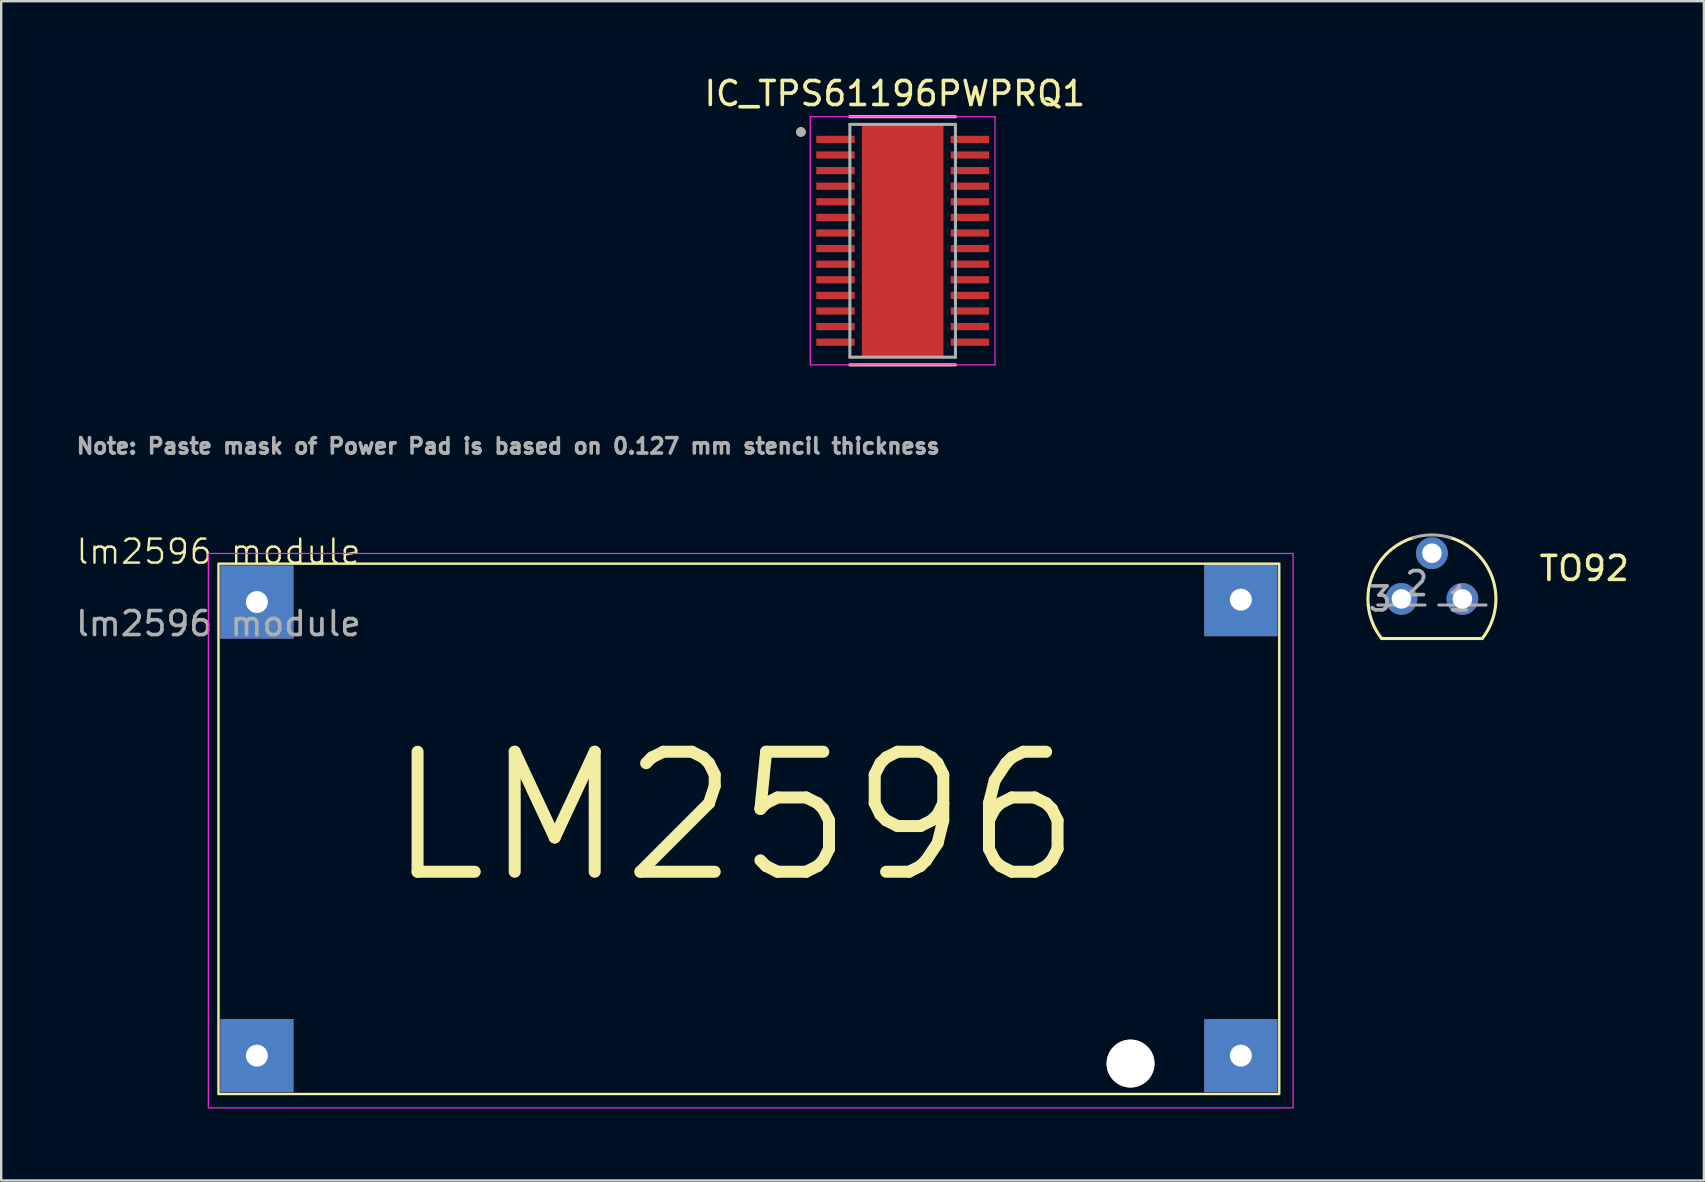
<source format=kicad_pcb>
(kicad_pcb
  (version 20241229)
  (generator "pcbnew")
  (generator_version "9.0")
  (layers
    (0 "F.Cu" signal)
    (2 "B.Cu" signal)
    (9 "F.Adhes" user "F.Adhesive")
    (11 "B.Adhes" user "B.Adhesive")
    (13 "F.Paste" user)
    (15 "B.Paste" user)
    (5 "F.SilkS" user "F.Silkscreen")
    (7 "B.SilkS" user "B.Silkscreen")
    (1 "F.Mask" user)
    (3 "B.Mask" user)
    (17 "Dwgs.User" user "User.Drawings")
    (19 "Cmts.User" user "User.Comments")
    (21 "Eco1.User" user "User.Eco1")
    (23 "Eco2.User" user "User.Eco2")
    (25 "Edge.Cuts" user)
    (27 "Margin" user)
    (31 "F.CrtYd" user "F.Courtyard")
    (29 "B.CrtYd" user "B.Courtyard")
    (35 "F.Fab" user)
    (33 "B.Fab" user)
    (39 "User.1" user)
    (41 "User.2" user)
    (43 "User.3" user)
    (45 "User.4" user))
  (footprint "IC_TPS61196PWPRQ1"
    (layer "F.Cu")
    (at 34.562 6.983)
    (property "Reference" "IC_TPS61196PWPRQ1" (at -0.325 -6.135 0) (layer "F.SilkS") (effects (font (size 1 1) (thickness 0.15))))
    (attr smd)
    (fp_poly (pts (xy -3.67 -4.445) (xy -1.93 -4.445) (xy -1.93 -4.005) (xy -3.67 -4.005)) (stroke (width 0.01) (type solid)) (fill yes) (layer "F.Mask"))
    (fp_poly (pts (xy -3.67 -3.795) (xy -1.93 -3.795) (xy -1.93 -3.355) (xy -3.67 -3.355)) (stroke (width 0.01) (type solid)) (fill yes) (layer "F.Mask"))
    (fp_poly (pts (xy -3.67 -3.145) (xy -1.93 -3.145) (xy -1.93 -2.705) (xy -3.67 -2.705)) (stroke (width 0.01) (type solid)) (fill yes) (layer "F.Mask"))
    (fp_poly (pts (xy -3.67 -2.495) (xy -1.93 -2.495) (xy -1.93 -2.055) (xy -3.67 -2.055)) (stroke (width 0.01) (type solid)) (fill yes) (layer "F.Mask"))
    (fp_poly (pts (xy -3.67 -1.845) (xy -1.93 -1.845) (xy -1.93 -1.405) (xy -3.67 -1.405)) (stroke (width 0.01) (type solid)) (fill yes) (layer "F.Mask"))
    (fp_poly (pts (xy -3.67 -1.195) (xy -1.93 -1.195) (xy -1.93 -0.755) (xy -3.67 -0.755)) (stroke (width 0.01) (type solid)) (fill yes) (layer "F.Mask"))
    (fp_poly (pts (xy -3.67 -0.545) (xy -1.93 -0.545) (xy -1.93 -0.105) (xy -3.67 -0.105)) (stroke (width 0.01) (type solid)) (fill yes) (layer "F.Mask"))
    (fp_poly (pts (xy -3.67 0.105) (xy -1.93 0.105) (xy -1.93 0.545) (xy -3.67 0.545)) (stroke (width 0.01) (type solid)) (fill yes) (layer "F.Mask"))
    (fp_poly (pts (xy -3.67 0.755) (xy -1.93 0.755) (xy -1.93 1.195) (xy -3.67 1.195)) (stroke (width 0.01) (type solid)) (fill yes) (layer "F.Mask"))
    (fp_poly (pts (xy -3.67 1.405) (xy -1.93 1.405) (xy -1.93 1.845) (xy -3.67 1.845)) (stroke (width 0.01) (type solid)) (fill yes) (layer "F.Mask"))
    (fp_poly (pts (xy -3.67 2.055) (xy -1.93 2.055) (xy -1.93 2.495) (xy -3.67 2.495)) (stroke (width 0.01) (type solid)) (fill yes) (layer "F.Mask"))
    (fp_poly (pts (xy -3.67 2.705) (xy -1.93 2.705) (xy -1.93 3.145) (xy -3.67 3.145)) (stroke (width 0.01) (type solid)) (fill yes) (layer "F.Mask"))
    (fp_poly (pts (xy -3.67 3.355) (xy -1.93 3.355) (xy -1.93 3.795) (xy -3.67 3.795)) (stroke (width 0.01) (type solid)) (fill yes) (layer "F.Mask"))
    (fp_poly (pts (xy -3.67 4.005) (xy -1.93 4.005) (xy -1.93 4.445) (xy -3.67 4.445)) (stroke (width 0.01) (type solid)) (fill yes) (layer "F.Mask"))
    (fp_poly (pts (xy -1.2 -3.23) (xy 1.2 -3.23) (xy 1.2 3.23) (xy -1.2 3.23)) (stroke (width 0.01) (type solid)) (fill yes) (layer "F.Mask"))
    (fp_poly (pts (xy 1.93 -4.445) (xy 3.67 -4.445) (xy 3.67 -4.005) (xy 1.93 -4.005)) (stroke (width 0.01) (type solid)) (fill yes) (layer "F.Mask"))
    (fp_poly (pts (xy 1.93 -3.795) (xy 3.67 -3.795) (xy 3.67 -3.355) (xy 1.93 -3.355)) (stroke (width 0.01) (type solid)) (fill yes) (layer "F.Mask"))
    (fp_poly (pts (xy 1.93 -3.145) (xy 3.67 -3.145) (xy 3.67 -2.705) (xy 1.93 -2.705)) (stroke (width 0.01) (type solid)) (fill yes) (layer "F.Mask"))
    (fp_poly (pts (xy 1.93 -2.495) (xy 3.67 -2.495) (xy 3.67 -2.055) (xy 1.93 -2.055)) (stroke (width 0.01) (type solid)) (fill yes) (layer "F.Mask"))
    (fp_poly (pts (xy 1.93 -1.845) (xy 3.67 -1.845) (xy 3.67 -1.405) (xy 1.93 -1.405)) (stroke (width 0.01) (type solid)) (fill yes) (layer "F.Mask"))
    (fp_poly (pts (xy 1.93 -1.195) (xy 3.67 -1.195) (xy 3.67 -0.755) (xy 1.93 -0.755)) (stroke (width 0.01) (type solid)) (fill yes) (layer "F.Mask"))
    (fp_poly (pts (xy 1.93 -0.545) (xy 3.67 -0.545) (xy 3.67 -0.105) (xy 1.93 -0.105)) (stroke (width 0.01) (type solid)) (fill yes) (layer "F.Mask"))
    (fp_poly (pts (xy 1.93 0.105) (xy 3.67 0.105) (xy 3.67 0.545) (xy 1.93 0.545)) (stroke (width 0.01) (type solid)) (fill yes) (layer "F.Mask"))
    (fp_poly (pts (xy 1.93 0.755) (xy 3.67 0.755) (xy 3.67 1.195) (xy 1.93 1.195)) (stroke (width 0.01) (type solid)) (fill yes) (layer "F.Mask"))
    (fp_poly (pts (xy 1.93 1.405) (xy 3.67 1.405) (xy 3.67 1.845) (xy 1.93 1.845)) (stroke (width 0.01) (type solid)) (fill yes) (layer "F.Mask"))
    (fp_poly (pts (xy 1.93 2.055) (xy 3.67 2.055) (xy 3.67 2.495) (xy 1.93 2.495)) (stroke (width 0.01) (type solid)) (fill yes) (layer "F.Mask"))
    (fp_poly (pts (xy 1.93 2.705) (xy 3.67 2.705) (xy 3.67 3.145) (xy 1.93 3.145)) (stroke (width 0.01) (type solid)) (fill yes) (layer "F.Mask"))
    (fp_poly (pts (xy 1.93 3.355) (xy 3.67 3.355) (xy 3.67 3.795) (xy 1.93 3.795)) (stroke (width 0.01) (type solid)) (fill yes) (layer "F.Mask"))
    (fp_poly (pts (xy 1.93 4.005) (xy 3.67 4.005) (xy 3.67 4.445) (xy 1.93 4.445)) (stroke (width 0.01) (type solid)) (fill yes) (layer "F.Mask"))
    (fp_line (start -2.2 -5.17) (end 2.2 -5.17) (stroke (width 0.127) (type solid)) (layer "F.SilkS"))
    (fp_line (start -2.2 5.17) (end 2.2 5.17) (stroke (width 0.127) (type solid)) (layer "F.SilkS"))
    (fp_circle (center -4.24 -4.535) (end -4.14 -4.535) (stroke (width 0.2) (type solid)) (fill no) (layer "F.SilkS"))
    (fp_poly (pts (xy -3.575 -4.35) (xy -2.025 -4.35) (xy -2.025 -4.1) (xy -3.575 -4.1)) (stroke (width 0.01) (type solid)) (fill yes) (layer "F.Paste"))
    (fp_poly (pts (xy -3.575 -3.7) (xy -2.025 -3.7) (xy -2.025 -3.45) (xy -3.575 -3.45)) (stroke (width 0.01) (type solid)) (fill yes) (layer "F.Paste"))
    (fp_poly (pts (xy -3.575 -3.05) (xy -2.025 -3.05) (xy -2.025 -2.8) (xy -3.575 -2.8)) (stroke (width 0.01) (type solid)) (fill yes) (layer "F.Paste"))
    (fp_poly (pts (xy -3.575 -2.4) (xy -2.025 -2.4) (xy -2.025 -2.15) (xy -3.575 -2.15)) (stroke (width 0.01) (type solid)) (fill yes) (layer "F.Paste"))
    (fp_poly (pts (xy -3.575 -1.75) (xy -2.025 -1.75) (xy -2.025 -1.5) (xy -3.575 -1.5)) (stroke (width 0.01) (type solid)) (fill yes) (layer "F.Paste"))
    (fp_poly (pts (xy -3.575 -1.1) (xy -2.025 -1.1) (xy -2.025 -0.85) (xy -3.575 -0.85)) (stroke (width 0.01) (type solid)) (fill yes) (layer "F.Paste"))
    (fp_poly (pts (xy -3.575 -0.45) (xy -2.025 -0.45) (xy -2.025 -0.2) (xy -3.575 -0.2)) (stroke (width 0.01) (type solid)) (fill yes) (layer "F.Paste"))
    (fp_poly (pts (xy -3.575 0.2) (xy -2.025 0.2) (xy -2.025 0.45) (xy -3.575 0.45)) (stroke (width 0.01) (type solid)) (fill yes) (layer "F.Paste"))
    (fp_poly (pts (xy -3.575 0.85) (xy -2.025 0.85) (xy -2.025 1.1) (xy -3.575 1.1)) (stroke (width 0.01) (type solid)) (fill yes) (layer "F.Paste"))
    (fp_poly (pts (xy -3.575 1.5) (xy -2.025 1.5) (xy -2.025 1.75) (xy -3.575 1.75)) (stroke (width 0.01) (type solid)) (fill yes) (layer "F.Paste"))
    (fp_poly (pts (xy -3.575 2.15) (xy -2.025 2.15) (xy -2.025 2.4) (xy -3.575 2.4)) (stroke (width 0.01) (type solid)) (fill yes) (layer "F.Paste"))
    (fp_poly (pts (xy -3.575 2.8) (xy -2.025 2.8) (xy -2.025 3.05) (xy -3.575 3.05)) (stroke (width 0.01) (type solid)) (fill yes) (layer "F.Paste"))
    (fp_poly (pts (xy -3.575 3.45) (xy -2.025 3.45) (xy -2.025 3.7) (xy -3.575 3.7)) (stroke (width 0.01) (type solid)) (fill yes) (layer "F.Paste"))
    (fp_poly (pts (xy -3.575 4.1) (xy -2.025 4.1) (xy -2.025 4.35) (xy -3.575 4.35)) (stroke (width 0.01) (type solid)) (fill yes) (layer "F.Paste"))
    (fp_poly (pts (xy -1.2 -3.23) (xy 1.2 -3.23) (xy 1.2 3.23) (xy -1.2 3.23)) (stroke (width 0.01) (type solid)) (fill yes) (layer "F.Paste"))
    (fp_poly (pts (xy 2.025 -4.35) (xy 3.575 -4.35) (xy 3.575 -4.1) (xy 2.025 -4.1)) (stroke (width 0.01) (type solid)) (fill yes) (layer "F.Paste"))
    (fp_poly (pts (xy 2.025 -3.7) (xy 3.575 -3.7) (xy 3.575 -3.45) (xy 2.025 -3.45)) (stroke (width 0.01) (type solid)) (fill yes) (layer "F.Paste"))
    (fp_poly (pts (xy 2.025 -3.05) (xy 3.575 -3.05) (xy 3.575 -2.8) (xy 2.025 -2.8)) (stroke (width 0.01) (type solid)) (fill yes) (layer "F.Paste"))
    (fp_poly (pts (xy 2.025 -2.4) (xy 3.575 -2.4) (xy 3.575 -2.15) (xy 2.025 -2.15)) (stroke (width 0.01) (type solid)) (fill yes) (layer "F.Paste"))
    (fp_poly (pts (xy 2.025 -1.75) (xy 3.575 -1.75) (xy 3.575 -1.5) (xy 2.025 -1.5)) (stroke (width 0.01) (type solid)) (fill yes) (layer "F.Paste"))
    (fp_poly (pts (xy 2.025 -1.1) (xy 3.575 -1.1) (xy 3.575 -0.85) (xy 2.025 -0.85)) (stroke (width 0.01) (type solid)) (fill yes) (layer "F.Paste"))
    (fp_poly (pts (xy 2.025 -0.45) (xy 3.575 -0.45) (xy 3.575 -0.2) (xy 2.025 -0.2)) (stroke (width 0.01) (type solid)) (fill yes) (layer "F.Paste"))
    (fp_poly (pts (xy 2.025 0.2) (xy 3.575 0.2) (xy 3.575 0.45) (xy 2.025 0.45)) (stroke (width 0.01) (type solid)) (fill yes) (layer "F.Paste"))
    (fp_poly (pts (xy 2.025 0.85) (xy 3.575 0.85) (xy 3.575 1.1) (xy 2.025 1.1)) (stroke (width 0.01) (type solid)) (fill yes) (layer "F.Paste"))
    (fp_poly (pts (xy 2.025 1.5) (xy 3.575 1.5) (xy 3.575 1.75) (xy 2.025 1.75)) (stroke (width 0.01) (type solid)) (fill yes) (layer "F.Paste"))
    (fp_poly (pts (xy 2.025 2.15) (xy 3.575 2.15) (xy 3.575 2.4) (xy 2.025 2.4)) (stroke (width 0.01) (type solid)) (fill yes) (layer "F.Paste"))
    (fp_poly (pts (xy 2.025 2.8) (xy 3.575 2.8) (xy 3.575 3.05) (xy 2.025 3.05)) (stroke (width 0.01) (type solid)) (fill yes) (layer "F.Paste"))
    (fp_poly (pts (xy 2.025 3.45) (xy 3.575 3.45) (xy 3.575 3.7) (xy 2.025 3.7)) (stroke (width 0.01) (type solid)) (fill yes) (layer "F.Paste"))
    (fp_poly (pts (xy 2.025 4.1) (xy 3.575 4.1) (xy 3.575 4.35) (xy 2.025 4.35)) (stroke (width 0.01) (type solid)) (fill yes) (layer "F.Paste"))
    (fp_line (start -3.85 -5.17) (end -3.85 5.17) (stroke (width 0.05) (type solid)) (layer "F.CrtYd"))
    (fp_line (start -3.85 -5.17) (end 3.85 -5.17) (stroke (width 0.05) (type solid)) (layer "F.CrtYd"))
    (fp_line (start -3.85 5.17) (end 3.85 5.17) (stroke (width 0.05) (type solid)) (layer "F.CrtYd"))
    (fp_line (start 3.85 -5.17) (end 3.85 5.17) (stroke (width 0.05) (type solid)) (layer "F.CrtYd"))
    (fp_line (start -2.2 -4.85) (end -2.2 4.85) (stroke (width 0.127) (type solid)) (layer "F.Fab"))
    (fp_line (start -2.2 -4.85) (end 2.2 -4.85) (stroke (width 0.127) (type solid)) (layer "F.Fab"))
    (fp_line (start -2.2 4.85) (end 2.2 4.85) (stroke (width 0.127) (type solid)) (layer "F.Fab"))
    (fp_line (start 2.2 -4.85) (end 2.2 4.85) (stroke (width 0.127) (type solid)) (layer "F.Fab"))
    (fp_circle (center -4.24 -4.535) (end -4.14 -4.535) (stroke (width 0.2) (type solid)) (fill no) (layer "F.Fab"))
    (fp_text user "Note: Paste mask of Power Pad is based on 0.127 mm stencil thickness" (at -16.435 8.555 0) (layer "F.Fab") (effects (font (size 0.64 0.64) (thickness 0.15))))
    (pad "1" smd rect (at -2.8 -4.225) (size 1.6 0.3) (layers "F.Cu"))
    (pad "2" smd rect (at -2.8 -3.575) (size 1.6 0.3) (layers "F.Cu"))
    (pad "3" smd rect (at -2.8 -2.925) (size 1.6 0.3) (layers "F.Cu"))
    (pad "4" smd rect (at -2.8 -2.275) (size 1.6 0.3) (layers "F.Cu"))
    (pad "5" smd rect (at -2.8 -1.625) (size 1.6 0.3) (layers "F.Cu"))
    (pad "6" smd rect (at -2.8 -0.975) (size 1.6 0.3) (layers "F.Cu"))
    (pad "7" smd rect (at -2.8 -0.325) (size 1.6 0.3) (layers "F.Cu"))
    (pad "8" smd rect (at -2.8 0.325) (size 1.6 0.3) (layers "F.Cu"))
    (pad "9" smd rect (at -2.8 0.975) (size 1.6 0.3) (layers "F.Cu"))
    (pad "10" smd rect (at -2.8 1.625) (size 1.6 0.3) (layers "F.Cu"))
    (pad "11" smd rect (at -2.8 2.275) (size 1.6 0.3) (layers "F.Cu"))
    (pad "12" smd rect (at -2.8 2.925) (size 1.6 0.3) (layers "F.Cu"))
    (pad "13" smd rect (at -2.8 3.575) (size 1.6 0.3) (layers "F.Cu"))
    (pad "14" smd rect (at -2.8 4.225) (size 1.6 0.3) (layers "F.Cu"))
    (pad "15" smd rect (at 2.8 4.225) (size 1.6 0.3) (layers "F.Cu"))
    (pad "16" smd rect (at 2.8 3.575) (size 1.6 0.3) (layers "F.Cu"))
    (pad "17" smd rect (at 2.8 2.925) (size 1.6 0.3) (layers "F.Cu"))
    (pad "18" smd rect (at 2.8 2.275) (size 1.6 0.3) (layers "F.Cu"))
    (pad "19" smd rect (at 2.8 1.625) (size 1.6 0.3) (layers "F.Cu"))
    (pad "20" smd rect (at 2.8 0.975) (size 1.6 0.3) (layers "F.Cu"))
    (pad "21" smd rect (at 2.8 0.325) (size 1.6 0.3) (layers "F.Cu"))
    (pad "22" smd rect (at 2.8 -0.325) (size 1.6 0.3) (layers "F.Cu"))
    (pad "23" smd rect (at 2.8 -0.975) (size 1.6 0.3) (layers "F.Cu"))
    (pad "24" smd rect (at 2.8 -1.625) (size 1.6 0.3) (layers "F.Cu"))
    (pad "25" smd rect (at 2.8 -2.275) (size 1.6 0.3) (layers "F.Cu"))
    (pad "26" smd rect (at 2.8 -2.925) (size 1.6 0.3) (layers "F.Cu"))
    (pad "27" smd rect (at 2.8 -3.575) (size 1.6 0.3) (layers "F.Cu"))
    (pad "28" smd rect (at 2.8 -4.225) (size 1.6 0.3) (layers "F.Cu"))
    (pad "29" smd rect (at 0 0) (size 3.4 9.7) (layers "F.Cu")))
  (footprint "lm2596 module"
    (layer "F.Cu")
    (at 6.13 20.512)
    (property "Reference" "lm2596 module" (at -0.076 -0.576 0) (unlocked yes) (layer "F.SilkS") (effects (font (size 1 1) (thickness 0.1))))
    (attr through_hole)
    (fp_rect (start -0.076 -0.076) (end 44.124 22.024) (stroke (width 0.1) (type default)) (fill no) (layer "F.SilkS"))
    (fp_rect (start -0.5 -0.5) (end 44.7 22.6) (stroke (width 0.05) (type default)) (fill no) (layer "F.CrtYd"))
    (fp_text user "LM2596" (at 6.7 13.4 0) (unlocked yes) (layer "F.SilkS") (effects (font (size 5 5) (thickness 0.5)) (justify left bottom)))
    (fp_text user "${REFERENCE}" (at -0.076 2.424 0) (unlocked yes) (layer "F.Fab") (effects (font (size 1 1) (thickness 0.15))))
    (pad "" np_thru_hole custom (at 7.087 1.524) (size 0.001 0.001) (drill 2.032) (layers "*.Cu" "*.Mask") (options (anchor circle)) (primitives))
    (pad "" np_thru_hole custom (at 37.927 20.754) (size 2 2) (drill 2.032) (layers "*.Cu" "*.Mask") (options (anchor circle)) (primitives))
    (pad "2" thru_hole rect (at 1.524 20.424) (size 3.048 3.048) (drill 0.914) (layers "*.Cu" "*.Mask"))
    (pad "3" thru_hole rect (at 42.524 20.424) (size 3.048 3.048) (drill 0.914) (layers "*.Cu" "*.Mask"))
    (pad "4" thru_hole rect (at 42.524 1.424) (size 3.048 3.048) (drill 0.914) (layers "*.Cu" "*.Mask"))
    (pad "5" thru_hole rect (at 1.524 1.524) (size 3.048 3.048) (drill 0.914) (layers "*.Cu" "*.Mask")))
  (footprint "TO92"
    (layer "F.Cu")
    (at 56.615 21.906)
    (property "Reference" "TO92" (at 6.35 -1.27 0) (layer "F.SilkS") (effects (font (size 1 1) (thickness 0.15))))
    (attr through_hole)
    (fp_line (start -2.095 1.651) (end 2.095 1.651) (stroke (width 0.127) (type solid)) (layer "F.SilkS"))
    (fp_arc (start -2.6549 0.254) (mid -2.219001 -1.479565) (end -0.7863 -2.5485) (stroke (width 0.127) (type solid)) (layer "F.SilkS"))
    (fp_arc (start -2.0946 1.651) (mid -2.475346 0.992847) (end -2.6549 0.254) (stroke (width 0.127) (type solid)) (layer "F.SilkS"))
    (fp_arc (start 0.786299 -2.5484) (mid 2.546275 -0.793203) (end 2.0945 1.651) (stroke (width 0.127) (type solid)) (layer "F.SilkS"))
    (fp_line (start -2.254 0.254) (end -0.286 0.254) (stroke (width 0.127) (type solid)) (layer "F.Fab"))
    (fp_line (start 0.286 0.254) (end 2.254 0.254) (stroke (width 0.127) (type solid)) (layer "F.Fab"))
    (fp_arc (start -0.7863 -2.5485) (mid 0 -2.667043) (end 0.7863 -2.5485) (stroke (width 0.127) (type solid)) (layer "F.Fab"))
    (fp_text user "3" (at -2.159 0 0) (layer "F.Fab") (effects (font (size 1 1) (thickness 0.15))))
    (fp_text user "2" (at -0.636 -0.636 0) (layer "F.Fab") (effects (font (size 1.001 1.001) (thickness 0.15))))
    (fp_text user "1" (at 1.144 0 0) (layer "F.Fab") (effects (font (size 1.001 1.001) (thickness 0.15))))
    (pad "1" thru_hole circle (at 1.27 0) (size 1.321 1.321) (drill 0.813) (layers "*.Cu" "*.Mask"))
    (pad "2" thru_hole circle (at 0 -1.905) (size 1.321 1.321) (drill 0.813) (layers "*.Cu" "*.Mask"))
    (pad "3" thru_hole circle (at -1.27 0) (size 1.321 1.321) (drill 0.813) (layers "*.Cu" "*.Mask")))
  (gr_rect
    (start -3 -3)
    (end 67.948 46.137)
    (stroke (width 0.1) (type default))
    (fill no)
    (layer "Edge.Cuts")))
</source>
